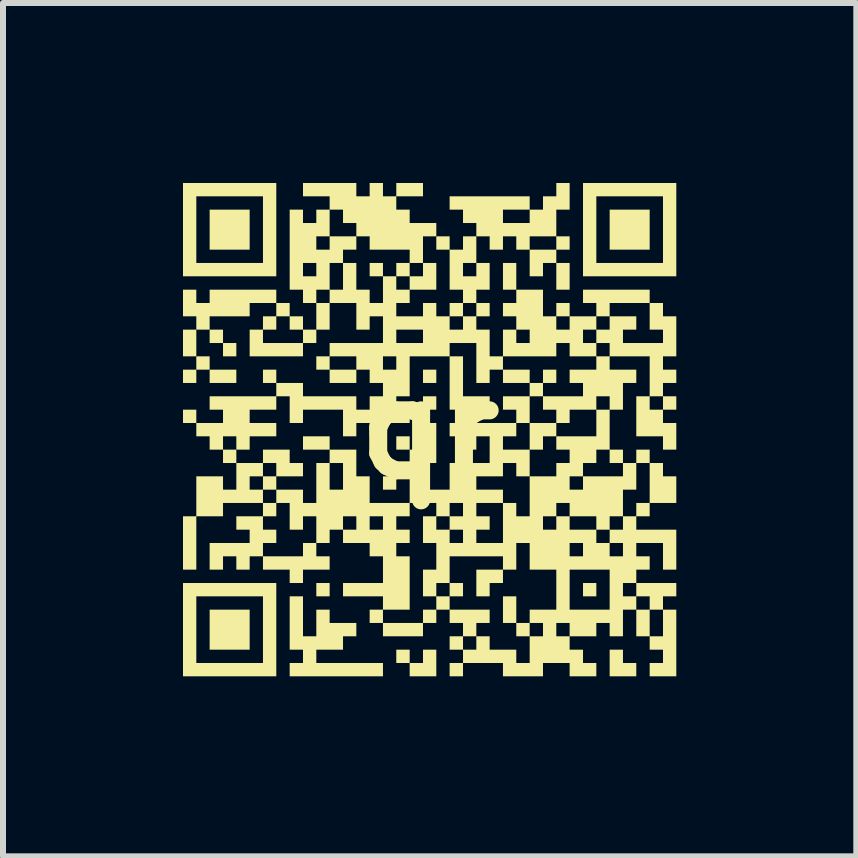
<source format=kicad_pcb>
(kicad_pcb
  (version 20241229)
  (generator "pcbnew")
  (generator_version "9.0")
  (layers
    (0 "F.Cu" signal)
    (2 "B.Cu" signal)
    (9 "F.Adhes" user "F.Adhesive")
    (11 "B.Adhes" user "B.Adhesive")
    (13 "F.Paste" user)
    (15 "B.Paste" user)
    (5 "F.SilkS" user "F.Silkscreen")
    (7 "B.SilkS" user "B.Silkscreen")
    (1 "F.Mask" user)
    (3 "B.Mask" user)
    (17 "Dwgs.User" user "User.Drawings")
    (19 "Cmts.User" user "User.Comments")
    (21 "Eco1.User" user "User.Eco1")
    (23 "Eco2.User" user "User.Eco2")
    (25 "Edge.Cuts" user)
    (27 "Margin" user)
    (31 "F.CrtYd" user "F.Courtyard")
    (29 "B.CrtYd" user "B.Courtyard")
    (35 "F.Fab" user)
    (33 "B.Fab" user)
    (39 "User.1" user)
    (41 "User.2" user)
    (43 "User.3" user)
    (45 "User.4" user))
  (footprint "qr"
    (layer "F.Cu")
    (at 4.111 4.111)
    (property "Reference" "qr" (at 0 0 0) (layer "F.SilkS") (effects (font (size 1.5 1.5) (thickness 0.3))))
    (attr board_only exclude_from_pos_files exclude_from_bom)
    (fp_poly (pts (xy -3.444 -1.556) (xy -3.444 -1.444) (xy -3.556 -1.444) (xy -3.667 -1.444) (xy -3.667 -1.556) (xy -3.667 -1.667) (xy -3.556 -1.667) (xy -3.444 -1.667)) (stroke (width 0) (type solid)) (fill yes) (layer "F.SilkS"))
    (fp_poly (pts (xy -3.222 -1.333) (xy -3.222 -1.222) (xy -3.333 -1.222) (xy -3.444 -1.222) (xy -3.444 -1.333) (xy -3.444 -1.444) (xy -3.333 -1.444) (xy -3.222 -1.444)) (stroke (width 0) (type solid)) (fill yes) (layer "F.SilkS"))
    (fp_poly (pts (xy -3.222 -0.889) (xy -3.222 -0.778) (xy -3.444 -0.778) (xy -3.667 -0.778) (xy -3.667 -0.889) (xy -3.667 -1) (xy -3.444 -1) (xy -3.222 -1)) (stroke (width 0) (type solid)) (fill yes) (layer "F.SilkS"))
    (fp_poly (pts (xy -3.222 0.444) (xy -3.222 0.556) (xy -3.333 0.556) (xy -3.444 0.556) (xy -3.444 0.444) (xy -3.444 0.333) (xy -3.333 0.333) (xy -3.222 0.333)) (stroke (width 0) (type solid)) (fill yes) (layer "F.SilkS"))
    (fp_poly (pts (xy -3 -3.333) (xy -3 -3) (xy -3.333 -3) (xy -3.667 -3) (xy -3.667 -3.333) (xy -3.667 -3.667) (xy -3.333 -3.667) (xy -3 -3.667)) (stroke (width 0) (type solid)) (fill yes) (layer "F.SilkS"))
    (fp_poly (pts (xy -3 3.333) (xy -3 3.667) (xy -3.333 3.667) (xy -3.667 3.667) (xy -3.667 3.333) (xy -3.667 3) (xy -3.333 3) (xy -3 3)) (stroke (width 0) (type solid)) (fill yes) (layer "F.SilkS"))
    (fp_poly (pts (xy -2.556 -0.889) (xy -2.556 -0.778) (xy -2.667 -0.778) (xy -2.778 -0.778) (xy -2.778 -0.889) (xy -2.778 -1) (xy -2.667 -1) (xy -2.556 -1)) (stroke (width 0) (type solid)) (fill yes) (layer "F.SilkS"))
    (fp_poly (pts (xy -1.667 0.222) (xy -1.667 0.333) (xy -1.889 0.333) (xy -2.111 0.333) (xy -2.111 0.222) (xy -2.111 0.111) (xy -1.889 0.111) (xy -1.667 0.111)) (stroke (width 0) (type solid)) (fill yes) (layer "F.SilkS"))
    (fp_poly (pts (xy -1.667 2.667) (xy -1.667 2.778) (xy -1.778 2.778) (xy -1.889 2.778) (xy -1.889 2.667) (xy -1.889 2.556) (xy -1.778 2.556) (xy -1.667 2.556)) (stroke (width 0) (type solid)) (fill yes) (layer "F.SilkS"))
    (fp_poly (pts (xy -0.778 -2.667) (xy -0.778 -2.556) (xy -0.889 -2.556) (xy -1 -2.556) (xy -1 -2.667) (xy -1 -2.778) (xy -0.889 -2.778) (xy -0.778 -2.778)) (stroke (width 0) (type solid)) (fill yes) (layer "F.SilkS"))
    (fp_poly (pts (xy -0.556 0.889) (xy -0.556 1) (xy -0.667 1) (xy -0.778 1) (xy -0.778 0.889) (xy -0.778 0.778) (xy -0.667 0.778) (xy -0.556 0.778)) (stroke (width 0) (type solid)) (fill yes) (layer "F.SilkS"))
    (fp_poly (pts (xy -0.333 0.222) (xy -0.333 0.333) (xy -0.444 0.333) (xy -0.556 0.333) (xy -0.556 0.222) (xy -0.556 0.111) (xy -0.444 0.111) (xy -0.333 0.111)) (stroke (width 0) (type solid)) (fill yes) (layer "F.SilkS"))
    (fp_poly (pts (xy 0.111 -0.889) (xy 0.111 -0.778) (xy 0 -0.778) (xy -0.111 -0.778) (xy -0.111 -0.889) (xy -0.111 -1) (xy 0 -1) (xy 0.111 -1)) (stroke (width 0) (type solid)) (fill yes) (layer "F.SilkS"))
    (fp_poly (pts (xy 0.111 -0.444) (xy 0.111 -0.333) (xy 0 -0.333) (xy -0.111 -0.333) (xy -0.111 -0.444) (xy -0.111 -0.556) (xy 0 -0.556) (xy 0.111 -0.556)) (stroke (width 0) (type solid)) (fill yes) (layer "F.SilkS"))
    (fp_poly (pts (xy 0.556 -2) (xy 0.556 -1.889) (xy 0.444 -1.889) (xy 0.333 -1.889) (xy 0.333 -2) (xy 0.333 -2.111) (xy 0.444 -2.111) (xy 0.556 -2.111)) (stroke (width 0) (type solid)) (fill yes) (layer "F.SilkS"))
    (fp_poly (pts (xy 0.556 2.667) (xy 0.556 2.778) (xy 0.444 2.778) (xy 0.333 2.778) (xy 0.333 2.667) (xy 0.333 2.556) (xy 0.444 2.556) (xy 0.556 2.556)) (stroke (width 0) (type solid)) (fill yes) (layer "F.SilkS"))
    (fp_poly (pts (xy 1.444 -2.556) (xy 1.444 -2.333) (xy 1.333 -2.333) (xy 1.222 -2.333) (xy 1.222 -2.556) (xy 1.222 -2.778) (xy 1.333 -2.778) (xy 1.444 -2.778)) (stroke (width 0) (type solid)) (fill yes) (layer "F.SilkS"))
    (fp_poly (pts (xy 1.444 3) (xy 1.444 3.222) (xy 1.333 3.222) (xy 1.222 3.222) (xy 1.222 3) (xy 1.222 2.778) (xy 1.333 2.778) (xy 1.444 2.778)) (stroke (width 0) (type solid)) (fill yes) (layer "F.SilkS"))
    (fp_poly (pts (xy 1.667 3.333) (xy 1.667 3.444) (xy 1.556 3.444) (xy 1.444 3.444) (xy 1.444 3.333) (xy 1.444 3.222) (xy 1.556 3.222) (xy 1.667 3.222)) (stroke (width 0) (type solid)) (fill yes) (layer "F.SilkS"))
    (fp_poly (pts (xy 2.333 -2.556) (xy 2.333 -2.333) (xy 2.222 -2.333) (xy 2.111 -2.333) (xy 2.111 -2.556) (xy 2.111 -2.778) (xy 2.222 -2.778) (xy 2.333 -2.778)) (stroke (width 0) (type solid)) (fill yes) (layer "F.SilkS"))
    (fp_poly (pts (xy 2.778 2.667) (xy 2.778 2.778) (xy 2.667 2.778) (xy 2.556 2.778) (xy 2.556 2.667) (xy 2.556 2.556) (xy 2.667 2.556) (xy 2.778 2.556)) (stroke (width 0) (type solid)) (fill yes) (layer "F.SilkS"))
    (fp_poly (pts (xy 3.667 -3.333) (xy 3.667 -3) (xy 3.333 -3) (xy 3 -3) (xy 3 -3.333) (xy 3 -3.667) (xy 3.333 -3.667) (xy 3.667 -3.667)) (stroke (width 0) (type solid)) (fill yes) (layer "F.SilkS"))
    (fp_poly (pts (xy 1.222 2.444) (xy 1.222 2.556) (xy 1.111 2.556) (xy 1 2.556) (xy 1 2.667) (xy 1 2.778) (xy 0.889 2.778) (xy 0.778 2.778) (xy 0.778 2.556) (xy 0.778 2.333) (xy 1 2.333) (xy 1.222 2.333)) (stroke (width 0) (type solid)) (fill yes) (layer "F.SilkS"))
    (fp_poly (pts (xy 2.111 0) (xy 2.111 0.111) (xy 2 0.111) (xy 1.889 0.111) (xy 1.889 0.222) (xy 1.889 0.333) (xy 1.778 0.333) (xy 1.667 0.333) (xy 1.667 0.111) (xy 1.667 -0.111) (xy 1.889 -0.111) (xy 2.111 -0.111)) (stroke (width 0) (type solid)) (fill yes) (layer "F.SilkS"))
    (fp_poly (pts (xy 3.222 3.778) (xy 3.222 3.889) (xy 3.333 3.889) (xy 3.444 3.889) (xy 3.444 4) (xy 3.444 4.111) (xy 3.222 4.111) (xy 3 4.111) (xy 3 3.889) (xy 3 3.667) (xy 3.111 3.667) (xy 3.222 3.667)) (stroke (width 0) (type solid)) (fill yes) (layer "F.SilkS"))
    (fp_poly (pts (xy -3.667 -1.111) (xy -3.667 -1) (xy -3.778 -1) (xy -3.889 -1) (xy -3.889 -0.889) (xy -3.889 -0.778) (xy -4 -0.778) (xy -4.111 -0.778) (xy -4.111 -0.889) (xy -4.111 -1) (xy -4 -1) (xy -3.889 -1) (xy -3.889 -1.111) (xy -3.889 -1.222) (xy -3.778 -1.222) (xy -3.667 -1.222)) (stroke (width 0) (type solid)) (fill yes) (layer "F.SilkS"))
    (fp_poly (pts (xy -2.556 -3.333) (xy -2.556 -2.556) (xy -3.333 -2.556) (xy -4.111 -2.556) (xy -4.111 -3.333) (xy -3.889 -3.333) (xy -3.889 -2.778) (xy -3.333 -2.778) (xy -2.778 -2.778) (xy -2.778 -3.333) (xy -2.778 -3.889) (xy -3.333 -3.889) (xy -3.889 -3.889) (xy -3.889 -3.333) (xy -4.111 -3.333) (xy -4.111 -4.111) (xy -3.333 -4.111) (xy -2.556 -4.111)) (stroke (width 0) (type solid)) (fill yes) (layer "F.SilkS"))
    (fp_poly (pts (xy -2.556 3.333) (xy -2.556 4.111) (xy -3.333 4.111) (xy -4.111 4.111) (xy -4.111 3.333) (xy -3.889 3.333) (xy -3.889 3.889) (xy -3.333 3.889) (xy -2.778 3.889) (xy -2.778 3.333) (xy -2.778 2.778) (xy -3.333 2.778) (xy -3.889 2.778) (xy -3.889 3.333) (xy -4.111 3.333) (xy -4.111 2.556) (xy -3.333 2.556) (xy -2.556 2.556)) (stroke (width 0) (type solid)) (fill yes) (layer "F.SilkS"))
    (fp_poly (pts (xy 4.111 -3.333) (xy 4.111 -2.556) (xy 3.333 -2.556) (xy 2.556 -2.556) (xy 2.556 -3.333) (xy 2.778 -3.333) (xy 2.778 -2.778) (xy 3.333 -2.778) (xy 3.889 -2.778) (xy 3.889 -3.333) (xy 3.889 -3.889) (xy 3.333 -3.889) (xy 2.778 -3.889) (xy 2.778 -3.333) (xy 2.556 -3.333) (xy 2.556 -4.111) (xy 3.333 -4.111) (xy 4.111 -4.111)) (stroke (width 0) (type solid)) (fill yes) (layer "F.SilkS"))
    (fp_poly (pts (xy -0.333 -2.667) (xy -0.333 -2.556) (xy -0.222 -2.556) (xy -0.111 -2.556) (xy -0.111 -2.667) (xy -0.111 -2.778) (xy 0 -2.778) (xy 0.111 -2.778) (xy 0.111 -2.556) (xy 0.111 -2.333) (xy -0.111 -2.333) (xy -0.333 -2.333) (xy -0.333 -2.444) (xy -0.333 -2.556) (xy -0.444 -2.556) (xy -0.556 -2.556) (xy -0.556 -2.667) (xy -0.556 -2.778) (xy -0.444 -2.778) (xy -0.333 -2.778)) (stroke (width 0) (type solid)) (fill yes) (layer "F.SilkS"))
    (fp_poly (pts (xy -0.333 3.778) (xy -0.333 3.889) (xy -0.222 3.889) (xy -0.111 3.889) (xy -0.111 3.778) (xy -0.111 3.667) (xy 0 3.667) (xy 0.111 3.667) (xy 0.111 3.889) (xy 0.111 4.111) (xy -0.111 4.111) (xy -0.333 4.111) (xy -0.333 4) (xy -0.333 3.889) (xy -0.444 3.889) (xy -0.556 3.889) (xy -0.556 3.778) (xy -0.556 3.667) (xy -0.444 3.667) (xy -0.333 3.667)) (stroke (width 0) (type solid)) (fill yes) (layer "F.SilkS"))
    (fp_poly (pts (xy -2.333 0.444) (xy -2.333 0.556) (xy -2.222 0.556) (xy -2.111 0.556) (xy -2.111 0.667) (xy -2.111 0.778) (xy -2.333 0.778) (xy -2.556 0.778) (xy -2.556 0.889) (xy -2.556 1) (xy -2.667 1) (xy -2.778 1) (xy -2.778 0.889) (xy -2.778 0.778) (xy -2.667 0.778) (xy -2.556 0.778) (xy -2.556 0.667) (xy -2.556 0.556) (xy -2.667 0.556) (xy -2.778 0.556) (xy -2.778 0.444) (xy -2.778 0.333) (xy -2.556 0.333) (xy -2.333 0.333)) (stroke (width 0) (type solid)) (fill yes) (layer "F.SilkS"))
    (fp_poly (pts (xy -3.889 -2.222) (xy -3.889 -2.111) (xy -3.778 -2.111) (xy -3.667 -2.111) (xy -3.667 -2.222) (xy -3.667 -2.333) (xy -3.111 -2.333) (xy -2.556 -2.333) (xy -2.556 -2.222) (xy -2.556 -2.111) (xy -2.778 -2.111) (xy -3 -2.111) (xy -3 -2) (xy -3 -1.889) (xy -3.333 -1.889) (xy -3.667 -1.889) (xy -3.667 -1.778) (xy -3.667 -1.667) (xy -3.778 -1.667) (xy -3.889 -1.667) (xy -3.889 -1.444) (xy -3.889 -1.222) (xy -4 -1.222) (xy -4.111 -1.222) (xy -4.111 -1.444) (xy -4.111 -1.667) (xy -4 -1.667) (xy -3.889 -1.667) (xy -3.889 -1.778) (xy -3.889 -1.889) (xy -4 -1.889) (xy -4.111 -1.889) (xy -4.111 -2.111) (xy -4.111 -2.333) (xy -4 -2.333) (xy -3.889 -2.333)) (stroke (width 0) (type solid)) (fill yes) (layer "F.SilkS"))
    (fp_poly (pts (xy 1.667 -0.889) (xy 1.667 -0.778) (xy 1.778 -0.778) (xy 1.889 -0.778) (xy 1.889 -0.889) (xy 1.889 -1) (xy 2 -1) (xy 2.111 -1) (xy 2.111 -0.889) (xy 2.111 -0.778) (xy 2 -0.778) (xy 1.889 -0.778) (xy 1.889 -0.667) (xy 1.889 -0.556) (xy 1.778 -0.556) (xy 1.667 -0.556) (xy 1.667 -0.333) (xy 1.667 -0.111) (xy 1.556 -0.111) (xy 1.444 -0.111) (xy 1.444 -0.222) (xy 1.444 -0.333) (xy 1.333 -0.333) (xy 1.222 -0.333) (xy 1.222 -0.444) (xy 1.222 -0.556) (xy 1.444 -0.556) (xy 1.667 -0.556) (xy 1.667 -0.667) (xy 1.667 -0.778) (xy 1.444 -0.778) (xy 1.222 -0.778) (xy 1.222 -0.889) (xy 1.222 -1) (xy 1.444 -1) (xy 1.667 -1)) (stroke (width 0) (type solid)) (fill yes) (layer "F.SilkS"))
    (fp_poly (pts (xy -2.111 3.111) (xy -2.111 3.444) (xy -2 3.444) (xy -1.889 3.444) (xy -1.889 3.222) (xy -1.889 3) (xy -1.778 3) (xy -1.667 3) (xy -1.667 3.111) (xy -1.667 3.222) (xy -1.444 3.222) (xy -1.222 3.222) (xy -1.222 3.333) (xy -1.222 3.444) (xy -1.333 3.444) (xy -1.444 3.444) (xy -1.444 3.556) (xy -1.444 3.667) (xy -1.667 3.667) (xy -1.889 3.667) (xy -1.889 3.778) (xy -1.889 3.889) (xy -1.333 3.889) (xy -0.778 3.889) (xy -0.778 4) (xy -0.778 4.111) (xy -1.556 4.111) (xy -2.333 4.111) (xy -2.333 4) (xy -2.333 3.889) (xy -2.222 3.889) (xy -2.111 3.889) (xy -2.111 3.778) (xy -2.111 3.667) (xy -2.222 3.667) (xy -2.333 3.667) (xy -2.333 3.222) (xy -2.333 2.778) (xy -2.222 2.778) (xy -2.111 2.778)) (stroke (width 0) (type solid)) (fill yes) (layer "F.SilkS"))
    (fp_poly (pts (xy 2.333 -3.889) (xy 2.333 -3.667) (xy 2.222 -3.667) (xy 2.111 -3.667) (xy 2.111 -3.444) (xy 2.111 -3.222) (xy 1.889 -3.222) (xy 1.667 -3.222) (xy 1.667 -3.111) (xy 1.667 -3) (xy 1.889 -3) (xy 2.111 -3) (xy 2.111 -3.111) (xy 2.111 -3.222) (xy 2.222 -3.222) (xy 2.333 -3.222) (xy 2.333 -3.111) (xy 2.333 -3) (xy 2.222 -3) (xy 2.111 -3) (xy 2.111 -2.889) (xy 2.111 -2.778) (xy 2 -2.778) (xy 1.889 -2.778) (xy 1.889 -2.667) (xy 1.889 -2.556) (xy 1.778 -2.556) (xy 1.667 -2.556) (xy 1.667 -2.778) (xy 1.667 -3) (xy 1.556 -3) (xy 1.444 -3) (xy 1.444 -3.111) (xy 1.444 -3.222) (xy 1.333 -3.222) (xy 1.222 -3.222) (xy 1.222 -3.111) (xy 1.222 -3) (xy 1.111 -3) (xy 1 -3) (xy 1 -3.111) (xy 1 -3.222) (xy 0.889 -3.222) (xy 0.778 -3.222) (xy 0.778 -3) (xy 0.778 -2.778) (xy 0.667 -2.778) (xy 0.556 -2.778) (xy 0.556 -2.667) (xy 0.556 -2.556) (xy 0.667 -2.556) (xy 0.778 -2.556) (xy 0.778 -2.667) (xy 0.778 -2.778) (xy 0.889 -2.778) (xy 1 -2.778) (xy 1 -2.556) (xy 1 -2.333) (xy 0.889 -2.333) (xy 0.778 -2.333) (xy 0.778 -2.222) (xy 0.778 -2.111) (xy 0.667 -2.111) (xy 0.556 -2.111) (xy 0.556 -2.222) (xy 0.556 -2.333) (xy 0.444 -2.333) (xy 0.333 -2.333) (xy 0.333 -2.667) (xy 0.333 -3) (xy 0.222 -3) (xy 0.111 -3) (xy 0.111 -3.111) (xy 0.111 -3.222) (xy 0.222 -3.222) (xy 0.333 -3.222) (xy 0.333 -3.111) (xy 0.333 -3) (xy 0.444 -3) (xy 0.556 -3) (xy 0.556 -3.111) (xy 0.556 -3.222) (xy 0.667 -3.222) (xy 0.778 -3.222) (xy 0.778 -3.333) (xy 0.778 -3.444) (xy 0.667 -3.444) (xy 0.556 -3.444) (xy 0.556 -3.556) (xy 1.222 -3.556) (xy 1.222 -3.444) (xy 1.444 -3.444) (xy 1.667 -3.444) (xy 1.667 -3.556) (xy 1.667 -3.667) (xy 1.444 -3.667) (xy 1.222 -3.667) (xy 1.222 -3.556) (xy 0.556 -3.556) (xy 0.556 -3.667) (xy 0.444 -3.667) (xy 0.333 -3.667) (xy 0.333 -3.778) (xy 0.333 -3.889) (xy 1 -3.889) (xy 1.667 -3.889) (xy 1.667 -3.778) (xy 1.667 -3.667) (xy 1.778 -3.667) (xy 1.889 -3.667) (xy 1.889 -3.778) (xy 1.889 -3.889) (xy 2 -3.889) (xy 2.111 -3.889) (xy 2.111 -4) (xy 2.111 -4.111) (xy 2.222 -4.111) (xy 2.333 -4.111)) (stroke (width 0) (type solid)) (fill yes) (layer "F.SilkS"))
    (fp_poly (pts (xy -1.222 -4) (xy -1.222 -3.889) (xy -1.111 -3.889) (xy -1 -3.889) (xy -1 -4) (xy -1 -4.111) (xy -0.889 -4.111) (xy -0.778 -4.111) (xy -0.778 -4) (xy -0.778 -3.889) (xy -0.667 -3.889) (xy -0.556 -3.889) (xy -0.556 -4) (xy -0.556 -4.111) (xy -0.333 -4.111) (xy -0.111 -4.111) (xy -0.111 -4) (xy -0.111 -3.889) (xy -0.333 -3.889) (xy -0.556 -3.889) (xy -0.556 -3.778) (xy -0.556 -3.667) (xy -0.444 -3.667) (xy -0.333 -3.667) (xy -0.333 -3.556) (xy -0.333 -3.444) (xy -0.111 -3.444) (xy 0.111 -3.444) (xy 0.111 -3.333) (xy 0.111 -3.222) (xy 0 -3.222) (xy -0.111 -3.222) (xy -0.111 -3) (xy -0.111 -2.778) (xy -0.222 -2.778) (xy -0.333 -2.778) (xy -0.333 -2.889) (xy -0.333 -3) (xy -0.667 -3) (xy -1 -3) (xy -1 -3.111) (xy -1 -3.222) (xy -1.111 -3.222) (xy -1.222 -3.222) (xy -1.222 -3.111) (xy -1.222 -3) (xy -1.333 -3) (xy -1.444 -3) (xy -1.444 -2.889) (xy -1.444 -2.778) (xy -1.556 -2.778) (xy -1.667 -2.778) (xy -1.667 -2.556) (xy -1.667 -2.333) (xy -1.778 -2.333) (xy -1.889 -2.333) (xy -1.889 -2.222) (xy -1.889 -2.111) (xy -1.778 -2.111) (xy -1.667 -2.111) (xy -1.667 -2.222) (xy -1.667 -2.333) (xy -1.556 -2.333) (xy -1.444 -2.333) (xy -1.444 -2.556) (xy -1.444 -2.778) (xy -1.333 -2.778) (xy -1.222 -2.778) (xy -1.222 -2.556) (xy -1.222 -2.333) (xy -1.111 -2.333) (xy -1 -2.333) (xy -1 -2.222) (xy -1 -2.111) (xy -0.889 -2.111) (xy -0.778 -2.111) (xy -0.778 -2.333) (xy -0.778 -2.556) (xy -0.667 -2.556) (xy -0.556 -2.556) (xy -0.556 -2.444) (xy -0.556 -2.333) (xy -0.444 -2.333) (xy -0.333 -2.333) (xy -0.333 -2.222) (xy -0.333 -2.111) (xy -0.444 -2.111) (xy -0.556 -2.111) (xy -0.556 -2) (xy -0.556 -1.889) (xy -0.333 -1.889) (xy -0.111 -1.889) (xy -0.111 -2) (xy -0.111 -2.111) (xy 0 -2.111) (xy 0.111 -2.111) (xy 0.111 -2) (xy 0.111 -1.889) (xy 0.222 -1.889) (xy 0.333 -1.889) (xy 0.333 -1.778) (xy 0.333 -1.667) (xy 0.444 -1.667) (xy 0.556 -1.667) (xy 0.556 -1.778) (xy 0.556 -1.889) (xy 0.667 -1.889) (xy 0.778 -1.889) (xy 0.778 -2) (xy 0.778 -2.111) (xy 0.889 -2.111) (xy 1 -2.111) (xy 1 -2) (xy 1 -1.889) (xy 0.889 -1.889) (xy 0.778 -1.889) (xy 0.778 -1.778) (xy 0.778 -1.667) (xy 0.889 -1.667) (xy 1 -1.667) (xy 1 -1.444) (xy 1 -1.222) (xy 1.111 -1.222) (xy 1.222 -1.222) (xy 1.222 -1.444) (xy 1.222 -1.556) (xy 1.444 -1.556) (xy 1.444 -1.444) (xy 1.556 -1.444) (xy 1.667 -1.444) (xy 1.667 -1.556) (xy 1.667 -1.667) (xy 1.556 -1.667) (xy 1.444 -1.667) (xy 1.444 -1.556) (xy 1.222 -1.556) (xy 1.222 -1.667) (xy 1.333 -1.667) (xy 1.444 -1.667) (xy 1.444 -1.778) (xy 2.111 -1.778) (xy 2.111 -1.667) (xy 2.222 -1.667) (xy 2.333 -1.667) (xy 2.333 -1.778) (xy 2.333 -1.889) (xy 2.222 -1.889) (xy 2.111 -1.889) (xy 2.111 -1.778) (xy 1.444 -1.778) (xy 1.444 -1.889) (xy 1.333 -1.889) (xy 1.222 -1.889) (xy 1.222 -2) (xy 1.222 -2.111) (xy 1.333 -2.111) (xy 1.444 -2.111) (xy 1.444 -2.222) (xy 1.444 -2.333) (xy 1.667 -2.333) (xy 1.889 -2.333) (xy 1.889 -2.111) (xy 1.889 -1.889) (xy 2 -1.889) (xy 2.111 -1.889) (xy 2.111 -2) (xy 2.111 -2.111) (xy 2.222 -2.111) (xy 2.333 -2.111) (xy 2.333 -2) (xy 2.333 -1.889) (xy 2.556 -1.889) (xy 2.778 -1.889) (xy 2.778 -2) (xy 2.778 -2.111) (xy 2.667 -2.111) (xy 2.556 -2.111) (xy 2.556 -2.222) (xy 2.556 -2.333) (xy 3.111 -2.333) (xy 3.667 -2.333) (xy 3.667 -2.222) (xy 3.667 -2.111) (xy 3.333 -2.111) (xy 3 -2.111) (xy 3 -2) (xy 3 -1.889) (xy 2.889 -1.889) (xy 2.778 -1.889) (xy 2.778 -1.778) (xy 2.778 -1.667) (xy 2.667 -1.667) (xy 2.556 -1.667) (xy 2.556 -1.556) (xy 2.556 -1.444) (xy 2.667 -1.444) (xy 2.778 -1.444) (xy 2.778 -1.556) (xy 2.778 -1.667) (xy 2.889 -1.667) (xy 3 -1.667) (xy 3 -1.778) (xy 3 -1.889) (xy 3.222 -1.889) (xy 3.444 -1.889) (xy 3.444 -1.778) (xy 3.444 -1.667) (xy 3.333 -1.667) (xy 3.222 -1.667) (xy 3.222 -1.556) (xy 3.222 -1.444) (xy 3.556 -1.444) (xy 3.889 -1.444) (xy 3.889 -1.556) (xy 3.889 -1.667) (xy 3.778 -1.667) (xy 3.667 -1.667) (xy 3.667 -1.889) (xy 3.667 -2.111) (xy 3.778 -2.111) (xy 3.889 -2.111) (xy 3.889 -2) (xy 3.889 -1.889) (xy 4 -1.889) (xy 4.111 -1.889) (xy 4.111 -1.556) (xy 4.111 -1.222) (xy 4 -1.222) (xy 3.889 -1.222) (xy 3.889 -1.111) (xy 3.889 -1) (xy 4 -1) (xy 4.111 -1) (xy 4.111 -0.889) (xy 4.111 -0.778) (xy 4 -0.778) (xy 3.889 -0.778) (xy 3.889 -0.667) (xy 3.889 -0.556) (xy 3.778 -0.556) (xy 3.667 -0.556) (xy 3.667 -0.444) (xy 3.667 -0.333) (xy 3.778 -0.333) (xy 3.889 -0.333) (xy 3.889 -0.444) (xy 3.889 -0.556) (xy 4 -0.556) (xy 4.111 -0.556) (xy 4.111 -0.444) (xy 4.111 -0.333) (xy 4 -0.333) (xy 3.889 -0.333) (xy 3.889 -0.222) (xy 3.889 -0.111) (xy 4 -0.111) (xy 4.111 -0.111) (xy 4.111 0.111) (xy 4.111 0.333) (xy 4 0.333) (xy 3.889 0.333) (xy 3.889 0.222) (xy 3.889 0.111) (xy 3.667 0.111) (xy 3.444 0.111) (xy 3.444 -0.222) (xy 3.444 -0.556) (xy 3.556 -0.556) (xy 3.667 -0.556) (xy 3.667 -0.889) (xy 3.667 -1.222) (xy 3.333 -1.222) (xy 3 -1.222) (xy 3 -1.111) (xy 3 -1) (xy 3.222 -1) (xy 3.444 -1) (xy 3.444 -0.889) (xy 3.444 -0.778) (xy 3.333 -0.778) (xy 3.222 -0.778) (xy 3.222 -0.556) (xy 3.222 -0.333) (xy 3.111 -0.333) (xy 3 -0.333) (xy 3 0) (xy 3 0.333) (xy 2.889 0.333) (xy 2.778 0.333) (xy 2.778 0.444) (xy 2.778 0.556) (xy 2.667 0.556) (xy 2.556 0.556) (xy 2.556 0.667) (xy 2.556 0.778) (xy 2.444 0.778) (xy 2.333 0.778) (xy 2.333 0.889) (xy 2.333 1) (xy 2.444 1) (xy 2.556 1) (xy 2.556 0.889) (xy 2.556 0.778) (xy 2.889 0.778) (xy 3.222 0.778) (xy 3.222 0.667) (xy 3.222 0.556) (xy 3.111 0.556) (xy 3 0.556) (xy 3 0.444) (xy 3 0.333) (xy 3.111 0.333) (xy 3.222 0.333) (xy 3.222 0.444) (xy 3.222 0.556) (xy 3.333 0.556) (xy 3.444 0.556) (xy 3.444 0.444) (xy 3.444 0.333) (xy 3.556 0.333) (xy 3.667 0.333) (xy 3.667 0.444) (xy 3.667 0.556) (xy 3.556 0.556) (xy 3.444 0.556) (xy 3.444 0.778) (xy 3.444 1) (xy 3.333 1) (xy 3.222 1) (xy 3.222 1.222) (xy 3.222 1.444) (xy 3.111 1.444) (xy 3 1.444) (xy 3 1.556) (xy 3 1.667) (xy 2.889 1.667) (xy 2.778 1.667) (xy 2.778 1.556) (xy 2.778 1.444) (xy 2.556 1.444) (xy 2.333 1.444) (xy 2.333 1.556) (xy 2.333 1.667) (xy 2.556 1.667) (xy 2.778 1.667) (xy 2.778 1.778) (xy 2.778 1.889) (xy 2.889 1.889) (xy 3 1.889) (xy 3 1.778) (xy 3 1.667) (xy 3.111 1.667) (xy 3.222 1.667) (xy 3.222 1.556) (xy 3.222 1.444) (xy 3.333 1.444) (xy 3.444 1.444) (xy 3.444 1.333) (xy 3.444 1.222) (xy 3.556 1.222) (xy 3.667 1.222) (xy 3.667 0.889) (xy 3.667 0.556) (xy 3.778 0.556) (xy 3.889 0.556) (xy 3.889 0.667) (xy 3.889 0.778) (xy 4 0.778) (xy 4.111 0.778) (xy 4.111 1) (xy 4.111 1.222) (xy 3.889 1.222) (xy 3.667 1.222) (xy 3.667 1.333) (xy 3.667 1.444) (xy 3.556 1.444) (xy 3.444 1.444) (xy 3.444 1.556) (xy 3.444 1.667) (xy 3.778 1.667) (xy 4.111 1.667) (xy 4.111 2) (xy 4.111 2.333) (xy 4 2.333) (xy 3.889 2.333) (xy 3.889 2.111) (xy 3.889 1.889) (xy 3.667 1.889) (xy 3.444 1.889) (xy 3.444 2) (xy 3.444 2.111) (xy 3.556 2.111) (xy 3.667 2.111) (xy 3.667 2.222) (xy 3.667 2.333) (xy 3.556 2.333) (xy 3.444 2.333) (xy 3.444 2.444) (xy 3.444 2.556) (xy 3.333 2.556) (xy 3.222 2.556) (xy 3.222 2.667) (xy 3.222 2.778) (xy 3.333 2.778) (xy 3.444 2.778) (xy 3.444 2.667) (xy 3.444 2.556) (xy 3.778 2.556) (xy 4.111 2.556) (xy 4.111 2.667) (xy 4.111 2.778) (xy 4 2.778) (xy 3.889 2.778) (xy 3.889 2.889) (xy 3.889 3) (xy 3.778 3) (xy 3.667 3) (xy 3.667 3.222) (xy 3.667 3.444) (xy 3.778 3.444) (xy 3.889 3.444) (xy 3.889 3.222) (xy 3.889 3) (xy 4 3) (xy 4.111 3) (xy 4.111 3.556) (xy 4.111 4.111) (xy 3.889 4.111) (xy 3.667 4.111) (xy 3.667 4) (xy 3.667 3.889) (xy 3.778 3.889) (xy 3.889 3.889) (xy 3.889 3.778) (xy 3.889 3.667) (xy 3.778 3.667) (xy 3.667 3.667) (xy 3.667 3.556) (xy 3.667 3.444) (xy 3.556 3.444) (xy 3.444 3.444) (xy 3.444 3.222) (xy 3.444 3) (xy 3.333 3) (xy 3.222 3) (xy 3.222 3.222) (xy 3.222 3.444) (xy 3.111 3.444) (xy 3 3.444) (xy 3 3.333) (xy 3 3.222) (xy 2.889 3.222) (xy 2.778 3.222) (xy 2.778 3.333) (xy 2.778 3.444) (xy 2.556 3.444) (xy 2.333 3.444) (xy 2.333 3.556) (xy 2.333 3.667) (xy 2.444 3.667) (xy 2.556 3.667) (xy 2.556 3.778) (xy 2.556 3.889) (xy 2.667 3.889) (xy 2.778 3.889) (xy 2.778 4) (xy 2.778 4.111) (xy 2.556 4.111) (xy 2.333 4.111) (xy 2.333 4) (xy 2.333 3.889) (xy 2.111 3.889) (xy 1.889 3.889) (xy 1.889 4) (xy 1.889 4.111) (xy 1.556 4.111) (xy 1.222 4.111) (xy 1.222 4) (xy 1.222 3.889) (xy 0.889 3.889) (xy 0.556 3.889) (xy 0.556 4) (xy 0.556 4.111) (xy 0.444 4.111) (xy 0.333 4.111) (xy 0.333 4) (xy 0.333 3.889) (xy 0.444 3.889) (xy 0.556 3.889) (xy 0.556 3.778) (xy 0.556 3.667) (xy 0.444 3.667) (xy 0.333 3.667) (xy 0.333 3.556) (xy 0.333 3.444) (xy 0.444 3.444) (xy 0.556 3.444) (xy 0.556 3.333) (xy 0.556 3.222) (xy 0.444 3.222) (xy 0.333 3.222) (xy 0.333 3.111) (xy 0.333 3) (xy 0.667 3) (xy 1 3) (xy 1 3.111) (xy 1 3.222) (xy 0.889 3.222) (xy 0.778 3.222) (xy 0.778 3.333) (xy 0.778 3.444) (xy 0.667 3.444) (xy 0.556 3.444) (xy 0.556 3.556) (xy 0.556 3.667) (xy 0.667 3.667) (xy 0.778 3.667) (xy 0.778 3.556) (xy 0.778 3.444) (xy 0.889 3.444) (xy 1 3.444) (xy 1 3.556) (xy 1 3.667) (xy 1.222 3.667) (xy 1.444 3.667) (xy 1.444 3.778) (xy 1.444 3.889) (xy 1.556 3.889) (xy 1.667 3.889) (xy 1.667 3.667) (xy 1.667 3.444) (xy 1.778 3.444) (xy 1.889 3.444) (xy 1.889 3.333) (xy 2.111 3.333) (xy 2.111 3.444) (xy 2.222 3.444) (xy 2.333 3.444) (xy 2.333 3.333) (xy 2.333 3.222) (xy 2.222 3.222) (xy 2.111 3.222) (xy 2.111 3.333) (xy 1.889 3.333) (xy 1.889 3.222) (xy 1.778 3.222) (xy 1.667 3.222) (xy 1.667 3.111) (xy 1.667 3) (xy 1.889 3) (xy 2.111 3) (xy 2.111 2.667) (xy 2.333 2.667) (xy 2.333 3) (xy 2.667 3) (xy 3 3) (xy 3 2.889) (xy 3.444 2.889) (xy 3.444 3) (xy 3.556 3) (xy 3.667 3) (xy 3.667 2.889) (xy 3.667 2.778) (xy 3.556 2.778) (xy 3.444 2.778) (xy 3.444 2.889) (xy 3 2.889) (xy 3 2.667) (xy 3 2.333) (xy 2.667 2.333) (xy 2.333 2.333) (xy 2.333 2.667) (xy 2.111 2.667) (xy 2.111 2.333) (xy 1.889 2.333) (xy 1.667 2.333) (xy 1.667 2.111) (xy 1.667 2) (xy 2.333 2) (xy 2.333 2.111) (xy 2.444 2.111) (xy 2.556 2.111) (xy 2.556 2) (xy 3 2) (xy 3 2.111) (xy 3.111 2.111) (xy 3.222 2.111) (xy 3.222 2) (xy 3.222 1.889) (xy 3.111 1.889) (xy 3 1.889) (xy 3 2) (xy 2.556 2) (xy 2.556 1.889) (xy 2.444 1.889) (xy 2.333 1.889) (xy 2.333 2) (xy 1.667 2) (xy 1.667 1.889) (xy 1.556 1.889) (xy 1.444 1.889) (xy 1.444 2.111) (xy 1.444 2.333) (xy 1.333 2.333) (xy 1.222 2.333) (xy 1.222 2.222) (xy 1.222 2.111) (xy 0.778 2.111) (xy 0.333 2.111) (xy 0.333 2.333) (xy 0.333 2.556) (xy 0.222 2.556) (xy 0.111 2.556) (xy 0.111 2.667) (xy 0.111 2.778) (xy 0 2.778) (xy -0.111 2.778) (xy -0.111 2.556) (xy -0.111 2.333) (xy 0 2.333) (xy 0.111 2.333) (xy 0.111 2.111) (xy 0.111 1.889) (xy 0 1.889) (xy -0.111 1.889) (xy -0.111 1.778) (xy 0.333 1.778) (xy 0.333 1.889) (xy 0.444 1.889) (xy 0.556 1.889) (xy 0.556 1.778) (xy 0.556 1.667) (xy 0.444 1.667) (xy 0.333 1.667) (xy 0.333 1.778) (xy -0.111 1.778) (xy -0.111 1.667) (xy -0.111 1.444) (xy 0 1.444) (xy 0.111 1.444) (xy 0.111 1.556) (xy 0.111 1.667) (xy 0.222 1.667) (xy 0.333 1.667) (xy 0.333 1.556) (xy 0.333 1.444) (xy 0.444 1.444) (xy 0.556 1.444) (xy 0.556 1.333) (xy 0.556 1.222) (xy 0.444 1.222) (xy 0.333 1.222) (xy 0.333 1.333) (xy 0.333 1.444) (xy 0.222 1.444) (xy 0.111 1.444) (xy 0.111 1.333) (xy 0.111 1.222) (xy -0.111 1.222) (xy -0.333 1.222) (xy -0.333 1.333) (xy -0.333 1.444) (xy -0.444 1.444) (xy -0.556 1.444) (xy -0.556 1.556) (xy -0.556 1.667) (xy -0.444 1.667) (xy -0.333 1.667) (xy -0.333 1.778) (xy -0.333 1.889) (xy -0.444 1.889) (xy -0.556 1.889) (xy -0.556 2) (xy -0.556 2.111) (xy -0.444 2.111) (xy -0.333 2.111) (xy -0.333 2.556) (xy -0.333 3) (xy -0.556 3) (xy -0.778 3) (xy -0.778 3.111) (xy -0.778 3.222) (xy -0.444 3.222) (xy -0.111 3.222) (xy -0.111 3.111) (xy -0.111 3) (xy 0 3) (xy 0.111 3) (xy 0.111 2.889) (xy 0.111 2.778) (xy 0.222 2.778) (xy 0.333 2.778) (xy 0.333 2.889) (xy 0.333 3) (xy 0.222 3) (xy 0.111 3) (xy 0.111 3.111) (xy 0.111 3.222) (xy 0 3.222) (xy -0.111 3.222) (xy -0.111 3.333) (xy -0.111 3.444) (xy -0.444 3.444) (xy -0.778 3.444) (xy -0.778 3.333) (xy -0.778 3.222) (xy -0.889 3.222) (xy -1 3.222) (xy -1 3.111) (xy -1 3) (xy -0.889 3) (xy -0.778 3) (xy -0.778 2.889) (xy -0.778 2.778) (xy -1.111 2.778) (xy -1.444 2.778) (xy -1.444 2.667) (xy -1.444 2.556) (xy -1.111 2.556) (xy -0.778 2.556) (xy -0.778 2.333) (xy -0.778 2.111) (xy -0.889 2.111) (xy -1 2.111) (xy -1 2) (xy -1 1.889) (xy -1.222 1.889) (xy -1.444 1.889) (xy -1.444 1.778) (xy -1.444 1.667) (xy -1.556 1.667) (xy -1.667 1.667) (xy -1.667 1.778) (xy -1.667 1.889) (xy -1.778 1.889) (xy -1.889 1.889) (xy -1.889 2) (xy -1.889 2.111) (xy -1.778 2.111) (xy -1.667 2.111) (xy -1.667 2.222) (xy -1.667 2.333) (xy -1.889 2.333) (xy -2.111 2.333) (xy -2.111 2.444) (xy -2.111 2.556) (xy -2.222 2.556) (xy -2.333 2.556) (xy -2.333 2.444) (xy -2.333 2.333) (xy -2.556 2.333) (xy -2.778 2.333) (xy -2.778 2.222) (xy -2.778 2.111) (xy -2.889 2.111) (xy -3 2.111) (xy -3 2.222) (xy -3 2.333) (xy -3.111 2.333) (xy -3.222 2.333) (xy -3.222 2.222) (xy -3.222 2.111) (xy -3.333 2.111) (xy -3.444 2.111) (xy -3.444 2.222) (xy -3.444 2.333) (xy -3.556 2.333) (xy -3.667 2.333) (xy -3.667 2.111) (xy -3.667 1.889) (xy -3.333 1.889) (xy -3 1.889) (xy -3 1.778) (xy -3 1.667) (xy -3.111 1.667) (xy -3.222 1.667) (xy -3.222 1.556) (xy -3.222 1.444) (xy -3 1.444) (xy -2.778 1.444) (xy -2.778 1.556) (xy -2.778 1.667) (xy -2.667 1.667) (xy -2.556 1.667) (xy -2.556 1.778) (xy -2.556 1.889) (xy -2.667 1.889) (xy -2.778 1.889) (xy -2.778 2) (xy -2.778 2.111) (xy -2.444 2.111) (xy -2.111 2.111) (xy -2.111 2) (xy -2.111 1.889) (xy -2 1.889) (xy -1.889 1.889) (xy -1.889 1.667) (xy -1.889 1.556) (xy -1.444 1.556) (xy -1.444 1.667) (xy -1.333 1.667) (xy -1.222 1.667) (xy -1.222 1.556) (xy -1 1.556) (xy -1 1.667) (xy -0.889 1.667) (xy -0.778 1.667) (xy -0.778 1.556) (xy -0.778 1.444) (xy -0.889 1.444) (xy -1 1.444) (xy -1 1.556) (xy -1.222 1.556) (xy -1.222 1.444) (xy -1.333 1.444) (xy -1.444 1.444) (xy -1.444 1.556) (xy -1.889 1.556) (xy -1.889 1.444) (xy -2 1.444) (xy -2.111 1.444) (xy -2.111 1.556) (xy -2.111 1.667) (xy -2.222 1.667) (xy -2.333 1.667) (xy -2.333 1.444) (xy -2.333 1.222) (xy -2.444 1.222) (xy -2.556 1.222) (xy -2.556 1.333) (xy -2.556 1.444) (xy -2.667 1.444) (xy -2.778 1.444) (xy -2.778 1.333) (xy -2.778 1.222) (xy -3.111 1.222) (xy -3.444 1.222) (xy -3.444 1.333) (xy -3.444 1.444) (xy -3.667 1.444) (xy -3.889 1.444) (xy -3.889 1.889) (xy -3.889 2.333) (xy -4 2.333) (xy -4.111 2.333) (xy -4.111 1.889) (xy -4.111 1.444) (xy -4 1.444) (xy -3.889 1.444) (xy -3.889 1.111) (xy -3.889 0.778) (xy -3.667 0.778) (xy -3.444 0.778) (xy -3.444 0.889) (xy -3.444 1) (xy -3.333 1) (xy -3.222 1) (xy -3.222 0.778) (xy -3.222 0.556) (xy -3 0.556) (xy -2.778 0.556) (xy -2.778 0.667) (xy -2.778 0.778) (xy -2.889 0.778) (xy -3 0.778) (xy -3 0.889) (xy -3 1) (xy -2.889 1) (xy -2.778 1) (xy -2.778 1.111) (xy -2.778 1.222) (xy -2.667 1.222) (xy -2.556 1.222) (xy -2.556 1.111) (xy -2.556 1) (xy -2.333 1) (xy -2.111 1) (xy -2.111 1.111) (xy -2.111 1.222) (xy -2 1.222) (xy -1.889 1.222) (xy -1.889 0.889) (xy -1.889 0.778) (xy -1.667 0.778) (xy -1.667 1) (xy -1.556 1) (xy -1.444 1) (xy -1.444 0.778) (xy -1.444 0.556) (xy -1.556 0.556) (xy -1.667 0.556) (xy -1.667 0.778) (xy -1.889 0.778) (xy -1.889 0.556) (xy -1.778 0.556) (xy -1.667 0.556) (xy -1.667 0.444) (xy -1.667 0.333) (xy -1.444 0.333) (xy -1.222 0.333) (xy -1.222 0.556) (xy -1.222 0.778) (xy -1.111 0.778) (xy -1 0.778) (xy -1 1) (xy -1 1.222) (xy -0.667 1.222) (xy -0.333 1.222) (xy -0.333 1) (xy -0.333 0.778) (xy -0.444 0.778) (xy -0.556 0.778) (xy -0.556 0.667) (xy -0.556 0.556) (xy -0.444 0.556) (xy -0.333 0.556) (xy -0.333 0.444) (xy -0.333 0.333) (xy -0.222 0.333) (xy -0.111 0.333) (xy -0.111 0.111) (xy -0.111 -0.111) (xy 0 -0.111) (xy 0.111 -0.111) (xy 0.111 0.222) (xy 0.111 0.556) (xy 0 0.556) (xy -0.111 0.556) (xy -0.111 0.778) (xy -0.111 1) (xy 0.111 1) (xy 0.333 1) (xy 0.333 0.778) (xy 0.333 0.556) (xy 0.667 0.556) (xy 1 0.556) (xy 1 0.333) (xy 1 0.111) (xy 0.889 0.111) (xy 0.778 0.111) (xy 0.778 0.222) (xy 0.778 0.333) (xy 0.667 0.333) (xy 0.556 0.333) (xy 0.556 0.222) (xy 0.556 0.111) (xy 0.444 0.111) (xy 0.333 0.111) (xy 0.333 0) (xy 0.333 -0.111) (xy 0.444 -0.111) (xy 0.556 -0.111) (xy 0.556 -0.222) (xy 0.556 -0.333) (xy 0.444 -0.333) (xy 0.333 -0.333) (xy 0.333 -0.778) (xy 0.333 -1.222) (xy 0.444 -1.222) (xy 0.556 -1.222) (xy 0.556 -0.889) (xy 0.556 -0.556) (xy 0.778 -0.556) (xy 1 -0.556) (xy 1 -0.444) (xy 1 -0.333) (xy 0.889 -0.333) (xy 0.778 -0.333) (xy 0.778 -0.222) (xy 0.778 -0.111) (xy 1.111 -0.111) (xy 1.444 -0.111) (xy 1.444 0) (xy 1.444 0.111) (xy 1.333 0.111) (xy 1.222 0.111) (xy 1.222 0.222) (xy 1.222 0.333) (xy 1.444 0.333) (xy 1.667 0.333) (xy 1.667 0.556) (xy 1.667 0.778) (xy 1.556 0.778) (xy 1.444 0.778) (xy 1.444 0.667) (xy 1.444 0.556) (xy 1.333 0.556) (xy 1.222 0.556) (xy 1.222 0.667) (xy 1.222 0.778) (xy 1 0.778) (xy 0.778 0.778) (xy 0.778 0.889) (xy 0.778 1) (xy 1 1) (xy 1.222 1) (xy 1.222 1.111) (xy 1.222 1.222) (xy 1 1.222) (xy 0.778 1.222) (xy 0.778 1.333) (xy 0.778 1.444) (xy 0.889 1.444) (xy 1 1.444) (xy 1 1.556) (xy 1 1.667) (xy 0.889 1.667) (xy 0.778 1.667) (xy 0.778 1.778) (xy 0.778 1.889) (xy 1 1.889) (xy 1.222 1.889) (xy 1.222 1.556) (xy 1.222 1.222) (xy 1.333 1.222) (xy 1.444 1.222) (xy 1.444 1.333) (xy 1.444 1.444) (xy 1.556 1.444) (xy 1.667 1.444) (xy 1.889 1.444) (xy 1.889 1.556) (xy 1.889 1.667) (xy 2 1.667) (xy 2.111 1.667) (xy 2.111 1.556) (xy 2.111 1.444) (xy 2.222 1.444) (xy 2.333 1.444) (xy 2.333 1.333) (xy 2.333 1.222) (xy 2.222 1.222) (xy 2.111 1.222) (xy 2.111 1.333) (xy 2.111 1.444) (xy 2 1.444) (xy 1.889 1.444) (xy 1.667 1.444) (xy 1.667 1.111) (xy 1.667 0.778) (xy 1.889 0.778) (xy 2.111 0.778) (xy 2.111 0.667) (xy 2.111 0.556) (xy 2.222 0.556) (xy 2.333 0.556) (xy 2.333 0.444) (xy 2.333 0.333) (xy 2.222 0.333) (xy 2.111 0.333) (xy 2.111 0.222) (xy 2.111 0.111) (xy 2.444 0.111) (xy 2.778 0.111) (xy 2.778 -0.111) (xy 2.778 -0.333) (xy 2.889 -0.333) (xy 3 -0.333) (xy 3 -0.444) (xy 3 -0.556) (xy 2.889 -0.556) (xy 2.778 -0.556) (xy 2.778 -0.444) (xy 2.778 -0.333) (xy 2.556 -0.333) (xy 2.333 -0.333) (xy 2.333 -0.222) (xy 2.333 -0.111) (xy 2.222 -0.111) (xy 2.111 -0.111) (xy 2.111 -0.222) (xy 2.111 -0.333) (xy 2 -0.333) (xy 1.889 -0.333) (xy 1.889 -0.444) (xy 1.889 -0.556) (xy 2.222 -0.556) (xy 2.556 -0.556) (xy 2.556 -0.667) (xy 2.556 -0.778) (xy 2.444 -0.778) (xy 2.333 -0.778) (xy 2.333 -0.889) (xy 2.333 -1) (xy 2.556 -1) (xy 2.778 -1) (xy 2.778 -1.111) (xy 2.778 -1.222) (xy 2.889 -1.222) (xy 3 -1.222) (xy 3 -1.333) (xy 3 -1.444) (xy 2.889 -1.444) (xy 2.778 -1.444) (xy 2.778 -1.333) (xy 2.778 -1.222) (xy 2.556 -1.222) (xy 2.333 -1.222) (xy 2.333 -1.333) (xy 2.333 -1.444) (xy 2.222 -1.444) (xy 2.111 -1.444) (xy 2.111 -1.333) (xy 2.111 -1.222) (xy 1.667 -1.222) (xy 1.222 -1.222) (xy 1.222 -1.111) (xy 1.222 -1) (xy 1.111 -1) (xy 1 -1) (xy 1 -0.889) (xy 1 -0.778) (xy 0.889 -0.778) (xy 0.778 -0.778) (xy 0.778 -1.111) (xy 0.778 -1.444) (xy 0.556 -1.444) (xy 0.333 -1.444) (xy 0.333 -1.333) (xy 0.333 -1.222) (xy 0 -1.222) (xy -0.333 -1.222) (xy -0.333 -0.889) (xy -0.333 -0.556) (xy -0.444 -0.556) (xy -0.556 -0.556) (xy -0.556 -0.444) (xy -0.556 -0.333) (xy -0.444 -0.333) (xy -0.333 -0.333) (xy -0.333 -0.222) (xy -0.333 -0.111) (xy -0.556 -0.111) (xy -0.778 -0.111) (xy -0.778 0) (xy -0.778 0.111) (xy -0.889 0.111) (xy -1 0.111) (xy -1 0) (xy -1 -0.111) (xy -1.111 -0.111) (xy -1.222 -0.111) (xy -1.222 0) (xy -1.222 0.111) (xy -1.333 0.111) (xy -1.444 0.111) (xy -1.444 -0.111) (xy -1.444 -0.333) (xy -1.778 -0.333) (xy -2.111 -0.333) (xy -2.111 -0.222) (xy -2.111 -0.111) (xy -2.222 -0.111) (xy -2.333 -0.111) (xy -2.333 -0.333) (xy -2.333 -0.556) (xy -2.444 -0.556) (xy -2.556 -0.556) (xy -2.556 -0.444) (xy -2.556 -0.333) (xy -2.778 -0.333) (xy -3 -0.333) (xy -3 -0.222) (xy -3 -0.111) (xy -2.778 -0.111) (xy -2.556 -0.111) (xy -2.556 0) (xy -2.556 0.111) (xy -2.778 0.111) (xy -3 0.111) (xy -3 0.222) (xy -3 0.333) (xy -3.111 0.333) (xy -3.222 0.333) (xy -3.222 0.222) (xy -3.222 0.111) (xy -3.333 0.111) (xy -3.444 0.111) (xy -3.444 0.222) (xy -3.444 0.333) (xy -3.556 0.333) (xy -3.667 0.333) (xy -3.667 0.222) (xy -3.667 0.111) (xy -3.778 0.111) (xy -3.889 0.111) (xy -3.889 0) (xy -3.889 -0.111) (xy -4 -0.111) (xy -4.111 -0.111) (xy -4.111 -0.222) (xy -4.111 -0.333) (xy -4 -0.333) (xy -3.889 -0.333) (xy -3.889 -0.222) (xy -3.889 -0.111) (xy -3.667 -0.111) (xy -3.444 -0.111) (xy -3.444 -0.222) (xy -3.444 -0.333) (xy -3.556 -0.333) (xy -3.667 -0.333) (xy -3.667 -0.444) (xy -3.667 -0.556) (xy -3.111 -0.556) (xy -2.556 -0.556) (xy -2.556 -0.667) (xy -2.556 -0.778) (xy -2.333 -0.778) (xy -2.111 -0.778) (xy -2.111 -0.667) (xy -2.111 -0.556) (xy -1.667 -0.556) (xy -1.222 -0.556) (xy -1.222 -0.444) (xy -1.222 -0.333) (xy -1.111 -0.333) (xy -1 -0.333) (xy -1 -0.444) (xy -1 -0.556) (xy -0.889 -0.556) (xy -0.778 -0.556) (xy -0.778 -0.667) (xy -0.778 -0.778) (xy -0.889 -0.778) (xy -1 -0.778) (xy -1 -0.889) (xy -1 -1) (xy -1.111 -1) (xy -1.222 -1) (xy -1.222 -0.889) (xy -1.222 -0.778) (xy -1.444 -0.778) (xy -1.667 -0.778) (xy -1.667 -0.889) (xy -1.667 -1) (xy -1.778 -1) (xy -1.889 -1) (xy -1.889 -1.111) (xy -1.667 -1.111) (xy -1.667 -1) (xy -1.444 -1) (xy -1.222 -1) (xy -1.222 -1.111) (xy -0.778 -1.111) (xy -0.778 -1) (xy -0.667 -1) (xy -0.556 -1) (xy -0.556 -1.111) (xy -0.556 -1.222) (xy -0.667 -1.222) (xy -0.778 -1.222) (xy -0.778 -1.111) (xy -1.222 -1.111) (xy -1.222 -1.222) (xy -1.444 -1.222) (xy -1.667 -1.222) (xy -1.667 -1.111) (xy -1.889 -1.111) (xy -1.889 -1.222) (xy -1.778 -1.222) (xy -1.667 -1.222) (xy -1.667 -1.333) (xy -1.667 -1.444) (xy -1.222 -1.444) (xy -0.778 -1.444) (xy -0.778 -1.556) (xy -0.556 -1.556) (xy -0.556 -1.444) (xy -0.333 -1.444) (xy -0.111 -1.444) (xy -0.111 -1.556) (xy -0.111 -1.667) (xy -0.333 -1.667) (xy -0.556 -1.667) (xy -0.556 -1.556) (xy -0.778 -1.556) (xy -0.778 -1.667) (xy -0.778 -1.889) (xy -0.889 -1.889) (xy -1 -1.889) (xy -1 -1.778) (xy -1 -1.667) (xy -1.111 -1.667) (xy -1.222 -1.667) (xy -1.222 -1.889) (xy -1.222 -2.111) (xy -1.444 -2.111) (xy -1.667 -2.111) (xy -1.667 -1.889) (xy -1.667 -1.667) (xy -1.778 -1.667) (xy -1.889 -1.667) (xy -1.889 -1.556) (xy -1.889 -1.444) (xy -2 -1.444) (xy -2.111 -1.444) (xy -2.111 -1.333) (xy -2.111 -1.222) (xy -2.556 -1.222) (xy -3 -1.222) (xy -3 -1.444) (xy -3 -1.667) (xy -2.889 -1.667) (xy -2.778 -1.667) (xy -2.778 -1.778) (xy -2.778 -1.889) (xy -2.667 -1.889) (xy -2.556 -1.889) (xy -2.556 -2) (xy -2.556 -2.111) (xy -2.444 -2.111) (xy -2.333 -2.111) (xy -2.333 -2) (xy -2.333 -1.889) (xy -2.444 -1.889) (xy -2.556 -1.889) (xy -2.556 -1.778) (xy -2.556 -1.667) (xy -2.667 -1.667) (xy -2.778 -1.667) (xy -2.778 -1.556) (xy -2.778 -1.444) (xy -2.444 -1.444) (xy -2.111 -1.444) (xy -2.111 -1.556) (xy -2.111 -1.667) (xy -2.222 -1.667) (xy -2.333 -1.667) (xy -2.333 -1.778) (xy -2.333 -1.889) (xy -2.222 -1.889) (xy -2.111 -1.889) (xy -2.111 -1.778) (xy -2.111 -1.667) (xy -2 -1.667) (xy -1.889 -1.667) (xy -1.889 -1.889) (xy -1.889 -2.111) (xy -2 -2.111) (xy -2.111 -2.111) (xy -2.111 -2.222) (xy -2.111 -2.333) (xy -2.222 -2.333) (xy -2.333 -2.333) (xy -2.333 -2.667) (xy -2.111 -2.667) (xy -2.111 -2.556) (xy -2 -2.556) (xy -1.889 -2.556) (xy -1.889 -2.667) (xy -1.889 -2.778) (xy -2 -2.778) (xy -2.111 -2.778) (xy -2.111 -2.667) (xy -2.333 -2.667) (xy -2.333 -3) (xy -2.333 -3.222) (xy -1.889 -3.222) (xy -1.889 -3.111) (xy -1.889 -3) (xy -1.778 -3) (xy -1.667 -3) (xy -1.667 -3.111) (xy -1.667 -3.222) (xy -1.444 -3.222) (xy -1.222 -3.222) (xy -1.222 -3.333) (xy -1.222 -3.444) (xy -1.333 -3.444) (xy -1.444 -3.444) (xy -1.444 -3.556) (xy -1.444 -3.667) (xy -1.556 -3.667) (xy -1.667 -3.667) (xy -1.667 -3.444) (xy -1.667 -3.222) (xy -1.778 -3.222) (xy -1.889 -3.222) (xy -2.333 -3.222) (xy -2.333 -3.667) (xy -2.222 -3.667) (xy -2.111 -3.667) (xy -2.111 -3.556) (xy -2.111 -3.444) (xy -2 -3.444) (xy -1.889 -3.444) (xy -1.889 -3.556) (xy -1.889 -3.667) (xy -1.778 -3.667) (xy -1.667 -3.667) (xy -1.667 -3.778) (xy -1.667 -3.889) (xy -1.889 -3.889) (xy -2.111 -3.889) (xy -2.111 -4) (xy -2.111 -4.111) (xy -1.667 -4.111) (xy -1.222 -4.111)) (stroke (width 0) (type solid)) (fill yes) (layer "F.SilkS")))
  (gr_rect
    (start -3 -3)
    (end 11.222 11.222)
    (stroke (width 0.1) (type default))
    (fill no)
    (layer "Edge.Cuts")))
</source>
